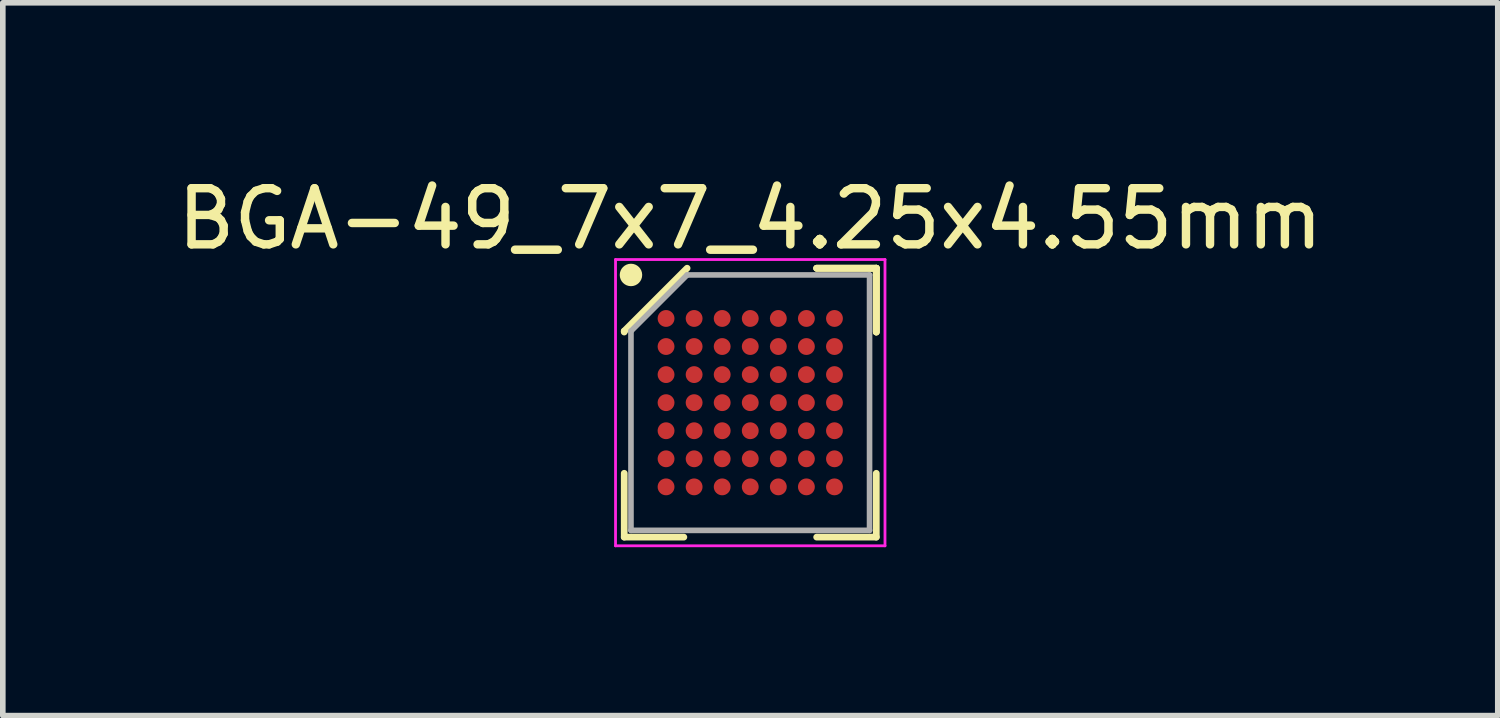
<source format=kicad_pcb>
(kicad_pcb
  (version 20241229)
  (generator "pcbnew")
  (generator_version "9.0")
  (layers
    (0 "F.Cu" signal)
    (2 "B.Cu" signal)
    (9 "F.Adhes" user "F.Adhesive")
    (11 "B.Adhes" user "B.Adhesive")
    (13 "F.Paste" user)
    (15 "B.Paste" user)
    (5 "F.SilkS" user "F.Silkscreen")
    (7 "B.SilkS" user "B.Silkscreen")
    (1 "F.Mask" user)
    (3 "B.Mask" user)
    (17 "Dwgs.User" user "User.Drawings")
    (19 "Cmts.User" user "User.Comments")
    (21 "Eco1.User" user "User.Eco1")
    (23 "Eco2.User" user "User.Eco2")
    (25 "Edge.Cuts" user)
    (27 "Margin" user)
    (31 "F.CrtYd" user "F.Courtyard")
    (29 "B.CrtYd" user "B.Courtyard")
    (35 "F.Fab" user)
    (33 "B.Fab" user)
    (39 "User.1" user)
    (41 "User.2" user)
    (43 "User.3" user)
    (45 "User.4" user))
  (footprint "BGA-49_7x7_4.25x4.55mm"
    (layer "F.Cu")
    (at 10.315 4.123)
    (property "Reference" "BGA-49_7x7_4.25x4.55mm" (at 0 -3.275 0) (layer "F.SilkS") (effects (font (size 1 1) (thickness 0.15))))
    (attr smd)
    (fp_line (start -2.245 -1.275) (end -2.245 -1.258) (stroke (width 0.12) (type solid)) (layer "F.SilkS"))
    (fp_line (start -2.245 2.395) (end -2.245 1.258) (stroke (width 0.12) (type solid)) (layer "F.SilkS"))
    (fp_line (start -1.183 2.395) (end -2.245 2.395) (stroke (width 0.12) (type solid)) (layer "F.SilkS"))
    (fp_line (start -1.125 -2.395) (end -2.245 -1.275) (stroke (width 0.12) (type solid)) (layer "F.SilkS"))
    (fp_line (start 1.183 -2.395) (end 2.245 -2.395) (stroke (width 0.12) (type solid)) (layer "F.SilkS"))
    (fp_line (start 1.183 -2.395) (end 2.245 -2.395) (stroke (width 0.12) (type solid)) (layer "F.SilkS"))
    (fp_line (start 1.183 -2.395) (end 2.245 -2.395) (stroke (width 0.12) (type solid)) (layer "F.SilkS"))
    (fp_line (start 1.183 2.395) (end 2.245 2.395) (stroke (width 0.12) (type solid)) (layer "F.SilkS"))
    (fp_line (start 2.245 -2.395) (end 2.245 -1.258) (stroke (width 0.12) (type solid)) (layer "F.SilkS"))
    (fp_line (start 2.245 -2.395) (end 2.245 -1.258) (stroke (width 0.12) (type solid)) (layer "F.SilkS"))
    (fp_line (start 2.245 -2.395) (end 2.245 -1.258) (stroke (width 0.12) (type solid)) (layer "F.SilkS"))
    (fp_line (start 2.245 2.395) (end 2.245 1.258) (stroke (width 0.12) (type solid)) (layer "F.SilkS"))
    (fp_circle (center -2.125 -2.275) (end -2.125 -2.175) (stroke (width 0.2) (type solid)) (fill no) (layer "F.SilkS"))
    (fp_line (start -2.4 -2.55) (end 2.4 -2.55) (stroke (width 0.05) (type solid)) (layer "F.CrtYd"))
    (fp_line (start -2.4 2.55) (end -2.4 -2.55) (stroke (width 0.05) (type solid)) (layer "F.CrtYd"))
    (fp_line (start 2.4 -2.55) (end 2.4 2.55) (stroke (width 0.05) (type solid)) (layer "F.CrtYd"))
    (fp_line (start 2.4 2.55) (end -2.4 2.55) (stroke (width 0.05) (type solid)) (layer "F.CrtYd"))
    (fp_line (start -2.125 -1.275) (end -2.125 2.275) (stroke (width 0.1) (type solid)) (layer "F.Fab"))
    (fp_line (start -2.125 2.275) (end 2.125 2.275) (stroke (width 0.1) (type solid)) (layer "F.Fab"))
    (fp_line (start -1.125 -2.275) (end -2.125 -1.275) (stroke (width 0.1) (type solid)) (layer "F.Fab"))
    (fp_line (start 2.125 -2.275) (end -1.125 -2.275) (stroke (width 0.1) (type solid)) (layer "F.Fab"))
    (fp_line (start 2.125 2.275) (end 2.125 -2.275) (stroke (width 0.1) (type solid)) (layer "F.Fab"))
    (pad "A1" smd circle (at -1.5 -1.5) (size 0.3 0.3) (layers "F.Cu" "F.Mask" "F.Paste"))
    (pad "A2" smd circle (at -1 -1.5) (size 0.3 0.3) (layers "F.Cu" "F.Mask" "F.Paste"))
    (pad "A3" smd circle (at -0.5 -1.5) (size 0.3 0.3) (layers "F.Cu" "F.Mask" "F.Paste"))
    (pad "A4" smd circle (at 0 -1.5) (size 0.3 0.3) (layers "F.Cu" "F.Mask" "F.Paste"))
    (pad "A5" smd circle (at 0.5 -1.5) (size 0.3 0.3) (layers "F.Cu" "F.Mask" "F.Paste"))
    (pad "A6" smd circle (at 1 -1.5) (size 0.3 0.3) (layers "F.Cu" "F.Mask" "F.Paste"))
    (pad "A7" smd circle (at 1.5 -1.5) (size 0.3 0.3) (layers "F.Cu" "F.Mask" "F.Paste"))
    (pad "B1" smd circle (at -1.5 -1) (size 0.3 0.3) (layers "F.Cu" "F.Mask" "F.Paste"))
    (pad "B2" smd circle (at -1 -1) (size 0.3 0.3) (layers "F.Cu" "F.Mask" "F.Paste"))
    (pad "B3" smd circle (at -0.5 -1) (size 0.3 0.3) (layers "F.Cu" "F.Mask" "F.Paste"))
    (pad "B4" smd circle (at 0 -1) (size 0.3 0.3) (layers "F.Cu" "F.Mask" "F.Paste"))
    (pad "B5" smd circle (at 0.5 -1) (size 0.3 0.3) (layers "F.Cu" "F.Mask" "F.Paste"))
    (pad "B6" smd circle (at 1 -1) (size 0.3 0.3) (layers "F.Cu" "F.Mask" "F.Paste"))
    (pad "B7" smd circle (at 1.5 -1) (size 0.3 0.3) (layers "F.Cu" "F.Mask" "F.Paste"))
    (pad "C1" smd circle (at -1.5 -0.5) (size 0.3 0.3) (layers "F.Cu" "F.Mask" "F.Paste"))
    (pad "C2" smd circle (at -1 -0.5) (size 0.3 0.3) (layers "F.Cu" "F.Mask" "F.Paste"))
    (pad "C3" smd circle (at -0.5 -0.5) (size 0.3 0.3) (layers "F.Cu" "F.Mask" "F.Paste"))
    (pad "C4" smd circle (at 0 -0.5) (size 0.3 0.3) (layers "F.Cu" "F.Mask" "F.Paste"))
    (pad "C5" smd circle (at 0.5 -0.5) (size 0.3 0.3) (layers "F.Cu" "F.Mask" "F.Paste"))
    (pad "C6" smd circle (at 1 -0.5) (size 0.3 0.3) (layers "F.Cu" "F.Mask" "F.Paste"))
    (pad "C7" smd circle (at 1.5 -0.5) (size 0.3 0.3) (layers "F.Cu" "F.Mask" "F.Paste"))
    (pad "D1" smd circle (at -1.5 0) (size 0.3 0.3) (layers "F.Cu" "F.Mask" "F.Paste"))
    (pad "D2" smd circle (at -1 0) (size 0.3 0.3) (layers "F.Cu" "F.Mask" "F.Paste"))
    (pad "D3" smd circle (at -0.5 0) (size 0.3 0.3) (layers "F.Cu" "F.Mask" "F.Paste"))
    (pad "D4" smd circle (at 0 0) (size 0.3 0.3) (layers "F.Cu" "F.Mask" "F.Paste"))
    (pad "D5" smd circle (at 0.5 0) (size 0.3 0.3) (layers "F.Cu" "F.Mask" "F.Paste"))
    (pad "D6" smd circle (at 1 0) (size 0.3 0.3) (layers "F.Cu" "F.Mask" "F.Paste"))
    (pad "D7" smd circle (at 1.5 0) (size 0.3 0.3) (layers "F.Cu" "F.Mask" "F.Paste"))
    (pad "E1" smd circle (at -1.5 0.5) (size 0.3 0.3) (layers "F.Cu" "F.Mask" "F.Paste"))
    (pad "E2" smd circle (at -1 0.5) (size 0.3 0.3) (layers "F.Cu" "F.Mask" "F.Paste"))
    (pad "E3" smd circle (at -0.5 0.5) (size 0.3 0.3) (layers "F.Cu" "F.Mask" "F.Paste"))
    (pad "E4" smd circle (at 0 0.5) (size 0.3 0.3) (layers "F.Cu" "F.Mask" "F.Paste"))
    (pad "E5" smd circle (at 0.5 0.5) (size 0.3 0.3) (layers "F.Cu" "F.Mask" "F.Paste"))
    (pad "E6" smd circle (at 1 0.5) (size 0.3 0.3) (layers "F.Cu" "F.Mask" "F.Paste"))
    (pad "E7" smd circle (at 1.5 0.5) (size 0.3 0.3) (layers "F.Cu" "F.Mask" "F.Paste"))
    (pad "F1" smd circle (at -1.5 1) (size 0.3 0.3) (layers "F.Cu" "F.Mask" "F.Paste"))
    (pad "F2" smd circle (at -1 1) (size 0.3 0.3) (layers "F.Cu" "F.Mask" "F.Paste"))
    (pad "F3" smd circle (at -0.5 1) (size 0.3 0.3) (layers "F.Cu" "F.Mask" "F.Paste"))
    (pad "F4" smd circle (at 0 1) (size 0.3 0.3) (layers "F.Cu" "F.Mask" "F.Paste"))
    (pad "F5" smd circle (at 0.5 1) (size 0.3 0.3) (layers "F.Cu" "F.Mask" "F.Paste"))
    (pad "F6" smd circle (at 1 1) (size 0.3 0.3) (layers "F.Cu" "F.Mask" "F.Paste"))
    (pad "F7" smd circle (at 1.5 1) (size 0.3 0.3) (layers "F.Cu" "F.Mask" "F.Paste"))
    (pad "G1" smd circle (at -1.5 1.5) (size 0.3 0.3) (layers "F.Cu" "F.Mask" "F.Paste"))
    (pad "G2" smd circle (at -1 1.5) (size 0.3 0.3) (layers "F.Cu" "F.Mask" "F.Paste"))
    (pad "G3" smd circle (at -0.5 1.5) (size 0.3 0.3) (layers "F.Cu" "F.Mask" "F.Paste"))
    (pad "G4" smd circle (at 0 1.5) (size 0.3 0.3) (layers "F.Cu" "F.Mask" "F.Paste"))
    (pad "G5" smd circle (at 0.5 1.5) (size 0.3 0.3) (layers "F.Cu" "F.Mask" "F.Paste"))
    (pad "G6" smd circle (at 1 1.5) (size 0.3 0.3) (layers "F.Cu" "F.Mask" "F.Paste"))
    (pad "G7" smd circle (at 1.5 1.5) (size 0.3 0.3) (layers "F.Cu" "F.Mask" "F.Paste")))
  (gr_rect
    (start -3 -3)
    (end 23.631 9.698)
    (stroke (width 0.1) (type default))
    (fill no)
    (layer "Edge.Cuts")))
</source>
